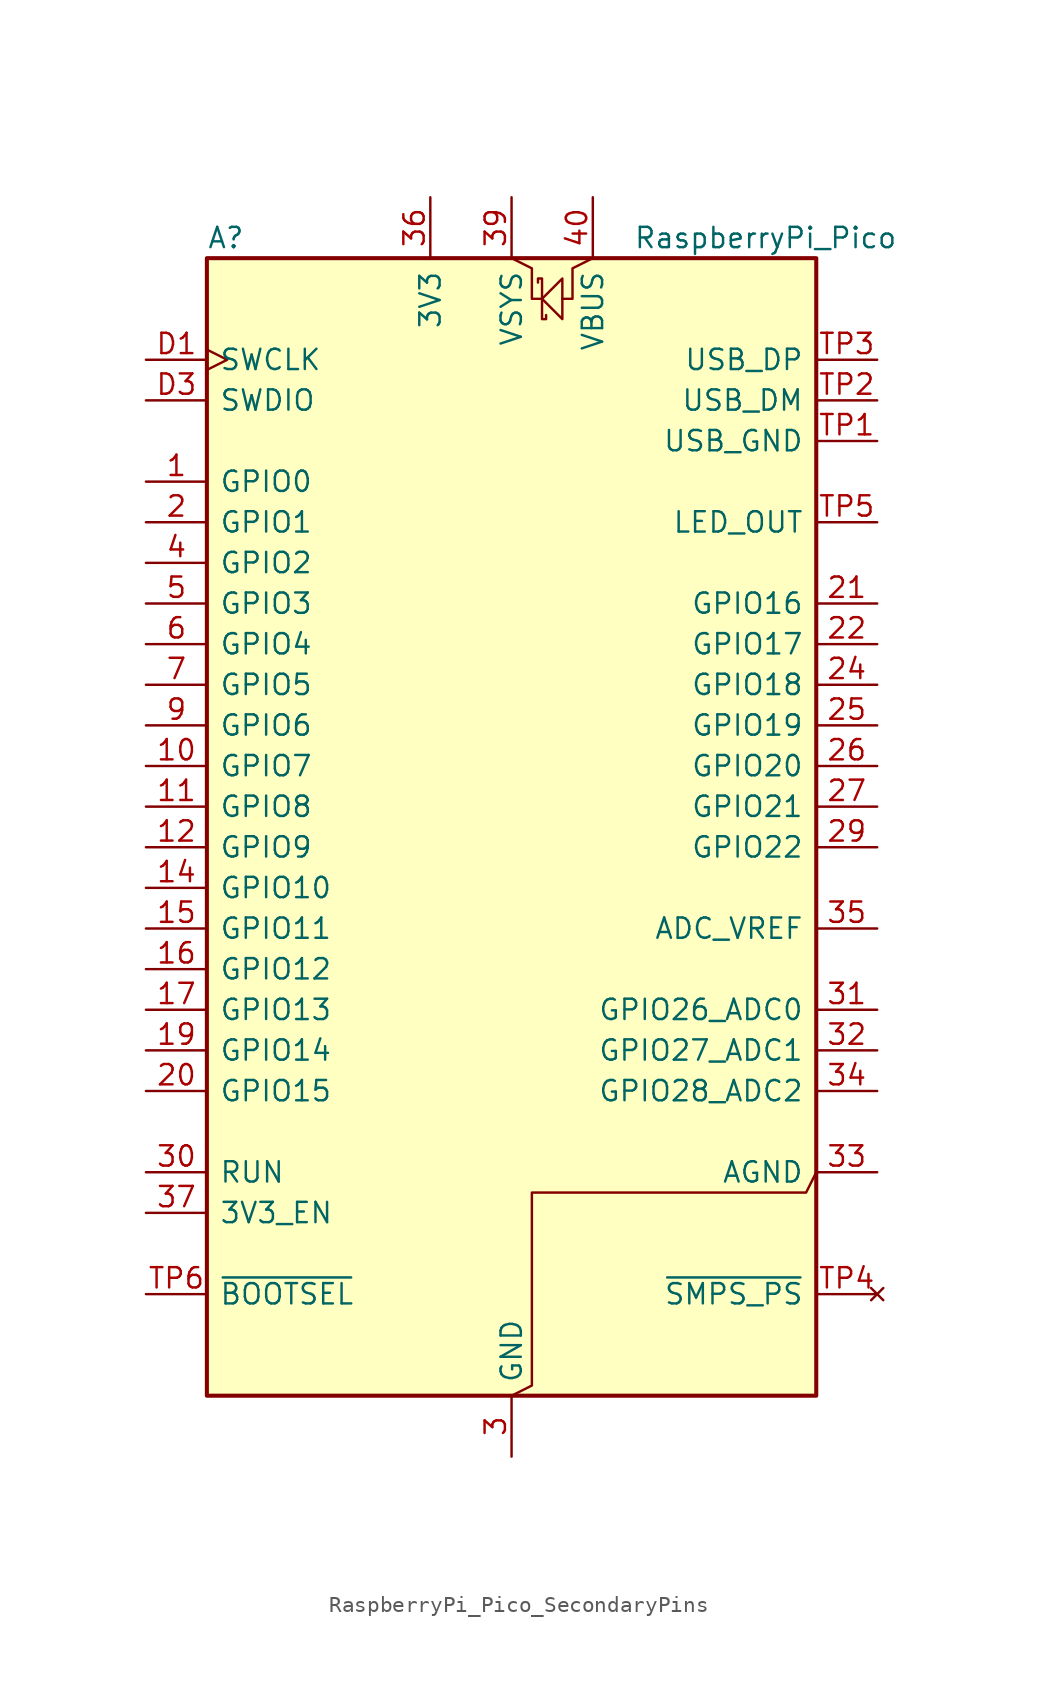
<source format=kicad_sym>
(kicad_symbol_lib
  (version 20231120)
  (generator "kicad_symbol_editor")
  (generator_version "8.0")
  (symbol "RaspberryPi_Pico_SecondaryPins"
    (pin_names
      (offset 0.762))
    (property "Reference" "A"
      (at -19.05 38.1 0)
      (effects (font (size 1.27 1.27)) (justify left)))
    (property "Value" "RaspberryPi_Pico"
      (at 7.62 38.1 0)
      (effects (font (size 1.27 1.27)) (justify left)))
    (symbol "RaspberryPi_Pico_SecondaryPins_0_1"
      (rectangle (start -19.05 36.83) (end 19.05 -34.29) (stroke (width 0.254) (type default)) (fill (type background)))
      (polyline (pts (xy 0 36.83) (xy 1.27 36.195) (xy 1.27 34.29) (xy 1.905 34.29)) (stroke (width 0) (type default)) (fill (type none)))
      (polyline (pts (xy 1.905 34.29) (xy 3.175 35.56) (xy 3.175 33.02) (xy 1.905 34.29)) (stroke (width 0) (type default)) (fill (type none)))
      (polyline (pts (xy 5.08 36.83) (xy 3.81 36.195) (xy 3.81 34.29) (xy 3.175 34.29)) (stroke (width 0) (type default)) (fill (type none)))
      (polyline (pts (xy 0 -34.29) (xy 1.27 -33.655) (xy 1.27 -21.59) (xy 18.415 -21.59) (xy 19.05 -20.32)) (stroke (width 0) (type default)) (fill (type none)))
      (polyline (pts (xy 1.651 35.306) (xy 1.651 35.56) (xy 1.905 35.56) (xy 1.905 33.02) (xy 2.159 33.02) (xy 2.159 33.274)) (stroke (width 0) (type default)) (fill (type none))))
    (symbol "RaspberryPi_Pico_SecondaryPins_1_1"
      (pin bidirectional line (at -22.86 22.86 0) (length 3.81) (name "GPIO0" (effects (font (size 1.27 1.27)))) (number "1" (effects (font (size 1.27 1.27)))) (alternate "I2C0_SDA" bidirectional line) (alternate "PWM0_A" output line) (alternate "SPI0_RX" input line) (alternate "UART0_TX" output line) (alternate "USB_OVCUR_DET" input line))
      (pin bidirectional line (at -22.86 5.08 0) (length 3.81) (name "GPIO7" (effects (font (size 1.27 1.27)))) (number "10" (effects (font (size 1.27 1.27)))) (alternate "I2C1_SCL" bidirectional clock) (alternate "PWM3_B" bidirectional line) (alternate "SPI0_TX" output line) (alternate "UART1_RTS" output line) (alternate "USB_VBUS_DET" input line))
      (pin bidirectional line (at -22.86 2.54 0) (length 3.81) (name "GPIO8" (effects (font (size 1.27 1.27)))) (number "11" (effects (font (size 1.27 1.27)))) (alternate "I2C0_SDA" bidirectional line) (alternate "PWM4_A" output line) (alternate "SPI1_RX" input line) (alternate "UART1_TX" output line) (alternate "USB_VBUS_EN" output line))
      (pin bidirectional line (at -22.86 0 0) (length 3.81) (name "GPIO9" (effects (font (size 1.27 1.27)))) (number "12" (effects (font (size 1.27 1.27)))) (alternate "I2C0_SCL" bidirectional clock) (alternate "PWM4_B" bidirectional line) (alternate "UART1_RX" input line) (alternate "USB_OVCUR_DET" input line) (alternate "~{SPI1_CSn}" bidirectional line))
      (pin passive line (at 0 -38.1 90) (length 3.81) hide (name "GND" (effects (font (size 1.27 1.27)))) (number "13" (effects (font (size 1.27 1.27)))))
      (pin bidirectional line (at -22.86 -2.54 0) (length 3.81) (name "GPIO10" (effects (font (size 1.27 1.27)))) (number "14" (effects (font (size 1.27 1.27)))) (alternate "I2C1_SDA" bidirectional line) (alternate "PWM5_A" output line) (alternate "SPI1_SCK" bidirectional clock) (alternate "UART1_CTS" input line) (alternate "USB_VBUS_DET" input line))
      (pin bidirectional line (at -22.86 -5.08 0) (length 3.81) (name "GPIO11" (effects (font (size 1.27 1.27)))) (number "15" (effects (font (size 1.27 1.27)))) (alternate "I2C1_SCL" bidirectional clock) (alternate "PWM5_B" bidirectional line) (alternate "SPI1_TX" output line) (alternate "UART1_RTS" output line) (alternate "USB_VBUS_EN" output line))
      (pin bidirectional line (at -22.86 -7.62 0) (length 3.81) (name "GPIO12" (effects (font (size 1.27 1.27)))) (number "16" (effects (font (size 1.27 1.27)))) (alternate "I2C0_SDA" bidirectional line) (alternate "PWM6_A" output line) (alternate "SPI1_RX" input line) (alternate "UART0_TX" output line) (alternate "USB_OVCUR_DET" input line))
      (pin bidirectional line (at -22.86 -10.16 0) (length 3.81) (name "GPIO13" (effects (font (size 1.27 1.27)))) (number "17" (effects (font (size 1.27 1.27)))) (alternate "I2C0_SCL" bidirectional clock) (alternate "PWM6_B" bidirectional line) (alternate "UART0_RX" input line) (alternate "USB_VBUS_DET" input line) (alternate "~{SPI1_CSn}" bidirectional line))
      (pin passive line (at 0 -38.1 90) (length 3.81) hide (name "GND" (effects (font (size 1.27 1.27)))) (number "18" (effects (font (size 1.27 1.27)))))
      (pin bidirectional line (at -22.86 -12.7 0) (length 3.81) (name "GPIO14" (effects (font (size 1.27 1.27)))) (number "19" (effects (font (size 1.27 1.27)))) (alternate "I2C1_SDA" bidirectional line) (alternate "PWM7_A" output line) (alternate "SPI1_SCK" bidirectional clock) (alternate "UART0_CTS" input line) (alternate "USB_VBUS_EN" output line))
      (pin bidirectional line (at -22.86 20.32 0) (length 3.81) (name "GPIO1" (effects (font (size 1.27 1.27)))) (number "2" (effects (font (size 1.27 1.27)))) (alternate "I2C0_SCL" bidirectional clock) (alternate "PWM0_B" bidirectional line) (alternate "UART0_RX" input line) (alternate "USB_VBUS_DET" passive line) (alternate "~{SPI0_CSn}" bidirectional line))
      (pin bidirectional line (at -22.86 -15.24 0) (length 3.81) (name "GPIO15" (effects (font (size 1.27 1.27)))) (number "20" (effects (font (size 1.27 1.27)))) (alternate "I2C1_SCL" bidirectional clock) (alternate "PWM7_B" bidirectional line) (alternate "SPI1_TX" output line) (alternate "UART0_RTS" output line) (alternate "USB_OVCUR_DET" input line))
      (pin bidirectional line (at 22.86 15.24 180) (length 3.81) (name "GPIO16" (effects (font (size 1.27 1.27)))) (number "21" (effects (font (size 1.27 1.27)))) (alternate "I2C0_SDA" bidirectional line) (alternate "PWM0_A" output line) (alternate "SPI0_RX" input line) (alternate "UART0_TX" output line) (alternate "USB_VBUS_DET" input line))
      (pin bidirectional line (at 22.86 12.7 180) (length 3.81) (name "GPIO17" (effects (font (size 1.27 1.27)))) (number "22" (effects (font (size 1.27 1.27)))) (alternate "I2C0_SCL" bidirectional clock) (alternate "PWM0_B" bidirectional line) (alternate "UART0_RX" input line) (alternate "USB_VBUS_EN" output line) (alternate "~{SPI0_CSn}" bidirectional line))
      (pin passive line (at 0 -38.1 90) (length 3.81) hide (name "GND" (effects (font (size 1.27 1.27)))) (number "23" (effects (font (size 1.27 1.27)))))
      (pin bidirectional line (at 22.86 10.16 180) (length 3.81) (name "GPIO18" (effects (font (size 1.27 1.27)))) (number "24" (effects (font (size 1.27 1.27)))) (alternate "I2C1_SDA" bidirectional line) (alternate "PWM1_A" output line) (alternate "SPI0_SCK" bidirectional clock) (alternate "UART0_CTS" input line) (alternate "USB_OVCUR_DET" input line))
      (pin bidirectional line (at 22.86 7.62 180) (length 3.81) (name "GPIO19" (effects (font (size 1.27 1.27)))) (number "25" (effects (font (size 1.27 1.27)))) (alternate "I2C1_SCL" bidirectional clock) (alternate "PWM1_B" bidirectional line) (alternate "SPI0_TX" output line) (alternate "UART0_RTS" output line) (alternate "USB_VBUS_DET" input line))
      (pin bidirectional line (at 22.86 5.08 180) (length 3.81) (name "GPIO20" (effects (font (size 1.27 1.27)))) (number "26" (effects (font (size 1.27 1.27)))) (alternate "CLOCK_GPIN0" input clock) (alternate "I2C0_SDA" bidirectional line) (alternate "PWM2_A" output line) (alternate "SPI0_RX" input line) (alternate "UART1_TX" output line) (alternate "USB_VBUS_EN" output line))
      (pin bidirectional line (at 22.86 2.54 180) (length 3.81) (name "GPIO21" (effects (font (size 1.27 1.27)))) (number "27" (effects (font (size 1.27 1.27)))) (alternate "CLOCK_GPOUT0" output clock) (alternate "I2C0_SCL" bidirectional clock) (alternate "PWM2_B" bidirectional line) (alternate "UART1_RX" input line) (alternate "USB_OVCUR_DET" input line) (alternate "~{SPI0_CSn}" bidirectional line))
      (pin passive line (at 0 -38.1 90) (length 3.81) hide (name "GND" (effects (font (size 1.27 1.27)))) (number "28" (effects (font (size 1.27 1.27)))))
      (pin bidirectional line (at 22.86 0 180) (length 3.81) (name "GPIO22" (effects (font (size 1.27 1.27)))) (number "29" (effects (font (size 1.27 1.27)))) (alternate "CLOCK_GPIN1" input clock) (alternate "I2C1_SDA" bidirectional line) (alternate "PWM3_A" output line) (alternate "SPI0_SCK" bidirectional clock) (alternate "UART1_CTS" input line) (alternate "USB_VBUS_DET" input line))
      (pin power_out line (at 0 -38.1 90) (length 3.81) (name "GND" (effects (font (size 1.27 1.27)))) (number "3" (effects (font (size 1.27 1.27)))) (alternate "GND_IN" power_in line))
      (pin input line (at -22.86 -20.32 0) (length 3.81) (name "RUN" (effects (font (size 1.27 1.27)))) (number "30" (effects (font (size 1.27 1.27)))) (alternate "~{RESET}" input line))
      (pin bidirectional line (at 22.86 -10.16 180) (length 3.81) (name "GPIO26_ADC0" (effects (font (size 1.27 1.27)))) (number "31" (effects (font (size 1.27 1.27)))) (alternate "ADC0" input line) (alternate "GPIO26" bidirectional line) (alternate "I2C1_SDA" bidirectional line) (alternate "PWM5_A" output line) (alternate "SPI1_SCK" bidirectional clock) (alternate "UART1_CTS" input line) (alternate "USB_VBUS_EN" output line))
      (pin bidirectional line (at 22.86 -12.7 180) (length 3.81) (name "GPIO27_ADC1" (effects (font (size 1.27 1.27)))) (number "32" (effects (font (size 1.27 1.27)))) (alternate "ADC1" input line) (alternate "GPIO27" bidirectional line) (alternate "I2C1_SCL" bidirectional clock) (alternate "PWM5_B" bidirectional line) (alternate "SPI1_TX" output line) (alternate "UART1_RTS" output line) (alternate "USB_OVCUR_DET" input line))
      (pin power_out line (at 22.86 -20.32 180) (length 3.81) (name "AGND" (effects (font (size 1.27 1.27)))) (number "33" (effects (font (size 1.27 1.27)))) (alternate "GND" passive line))
      (pin bidirectional line (at 22.86 -15.24 180) (length 3.81) (name "GPIO28_ADC2" (effects (font (size 1.27 1.27)))) (number "34" (effects (font (size 1.27 1.27)))) (alternate "ADC2" input line) (alternate "GPIO28" bidirectional line) (alternate "I2C0_SDA" bidirectional line) (alternate "PWM6_A" output line) (alternate "SPI1_RX" input line) (alternate "UART0_TX" output line) (alternate "USB_VBUS_DET" input line))
      (pin power_in line (at 22.86 -5.08 180) (length 3.81) (name "ADC_VREF" (effects (font (size 1.27 1.27)))) (number "35" (effects (font (size 1.27 1.27)))))
      (pin power_out line (at -5.08 40.64 270) (length 3.81) (name "3V3" (effects (font (size 1.27 1.27)))) (number "36" (effects (font (size 1.27 1.27)))))
      (pin input line (at -22.86 -22.86 0) (length 3.81) (name "3V3_EN" (effects (font (size 1.27 1.27)))) (number "37" (effects (font (size 1.27 1.27)))) (alternate "~{3V3_DISABLE}" input line))
      (pin passive line (at 0 -38.1 90) (length 3.81) hide (name "GND" (effects (font (size 1.27 1.27)))) (number "38" (effects (font (size 1.27 1.27)))))
      (pin power_in line (at 0 40.64 270) (length 3.81) (name "VSYS" (effects (font (size 1.27 1.27)))) (number "39" (effects (font (size 1.27 1.27)))) (alternate "VSYS_IN" power_in line) (alternate "VSYS_OUT" power_out line))
      (pin bidirectional line (at -22.86 17.78 0) (length 3.81) (name "GPIO2" (effects (font (size 1.27 1.27)))) (number "4" (effects (font (size 1.27 1.27)))) (alternate "I2C1_SDA" bidirectional line) (alternate "PWM1_A" output line) (alternate "SPI0_SCK" bidirectional clock) (alternate "UART0_CTS" input line) (alternate "USB_VBUS_DET" input line))
      (pin power_out line (at 5.08 40.64 270) (length 3.81) (name "VBUS" (effects (font (size 1.27 1.27)))) (number "40" (effects (font (size 1.27 1.27)))) (alternate "VBUS_HOST" power_in line))
      (pin bidirectional line (at -22.86 15.24 0) (length 3.81) (name "GPIO3" (effects (font (size 1.27 1.27)))) (number "5" (effects (font (size 1.27 1.27)))) (alternate "I2C1_SCL" bidirectional clock) (alternate "PWM1_B" bidirectional line) (alternate "SPI0_TX" output line) (alternate "UART0_RTS" output line) (alternate "USB_OVCUR_DET" input line))
      (pin bidirectional line (at -22.86 12.7 0) (length 3.81) (name "GPIO4" (effects (font (size 1.27 1.27)))) (number "6" (effects (font (size 1.27 1.27)))) (alternate "I2C0_SDA" bidirectional line) (alternate "PWM2_A" output line) (alternate "SPI0_RX" input line) (alternate "UART1_TX" output line) (alternate "USB_VBUS_DET" input line))
      (pin bidirectional line (at -22.86 10.16 0) (length 3.81) (name "GPIO5" (effects (font (size 1.27 1.27)))) (number "7" (effects (font (size 1.27 1.27)))) (alternate "I2C0_SCL" bidirectional clock) (alternate "PWM2_B" bidirectional line) (alternate "UART1_RX" input line) (alternate "USB_VBUS_EN" output line) (alternate "~{SPI0_CSn}" bidirectional line))
      (pin passive line (at 0 -38.1 90) (length 3.81) hide (name "GND" (effects (font (size 1.27 1.27)))) (number "8" (effects (font (size 1.27 1.27)))))
      (pin bidirectional line (at -22.86 7.62 0) (length 3.81) (name "GPIO6" (effects (font (size 1.27 1.27)))) (number "9" (effects (font (size 1.27 1.27)))) (alternate "I2C1_SDA" bidirectional line) (alternate "PWM3_A" output line) (alternate "SPI0_SCK" bidirectional clock) (alternate "UART1_CTS" input line) (alternate "USB_OVCUR_DET" input line))
      (pin input clock (at -22.86 30.48 0) (length 3.81) (name "SWCLK" (effects (font (size 1.27 1.27)))) (number "D1" (effects (font (size 1.27 1.27)))))
      (pin passive line (at 0 -38.1 90) (length 3.81) hide (name "GND" (effects (font (size 1.27 1.27)))) (number "D2" (effects (font (size 1.27 1.27)))))
      (pin bidirectional line (at -22.86 27.94 0) (length 3.81) (name "SWDIO" (effects (font (size 1.27 1.27)))) (number "D3" (effects (font (size 1.27 1.27)))))
      (pin power_out line (at 22.86 25.4 180) (length 3.81) (name "USB_GND" (effects (font (size 1.27 1.27)))) (number "TP1" (effects (font (size 1.27 1.27)))) (alternate "USB_HOST_GND" power_in line))
      (pin bidirectional line (at 22.86 27.94 180) (length 3.81) (name "USB_DM" (effects (font (size 1.27 1.27)))) (number "TP2" (effects (font (size 1.27 1.27)))))
      (pin bidirectional line (at 22.86 30.48 180) (length 3.81) (name "USB_DP" (effects (font (size 1.27 1.27)))) (number "TP3" (effects (font (size 1.27 1.27)))))
      (pin no_connect line (at 22.86 -27.94 180) (length 3.81) (name "~{SMPS_PS}" (effects (font (size 1.27 1.27)))) (number "TP4" (effects (font (size 1.27 1.27)))) (alternate "GPIO23_UNSAFE" output line) (alternate "~{SMPS_PS_UNSAFE}" output line))
      (pin output line (at 22.86 20.32 180) (length 3.81) (name "LED_OUT" (effects (font (size 1.27 1.27)))) (number "TP5" (effects (font (size 1.27 1.27)))))
      (pin input line (at -22.86 -27.94 0) (length 3.81) (name "~{BOOTSEL}" (effects (font (size 1.27 1.27)))) (number "TP6" (effects (font (size 1.27 1.27))))))))
</source>
